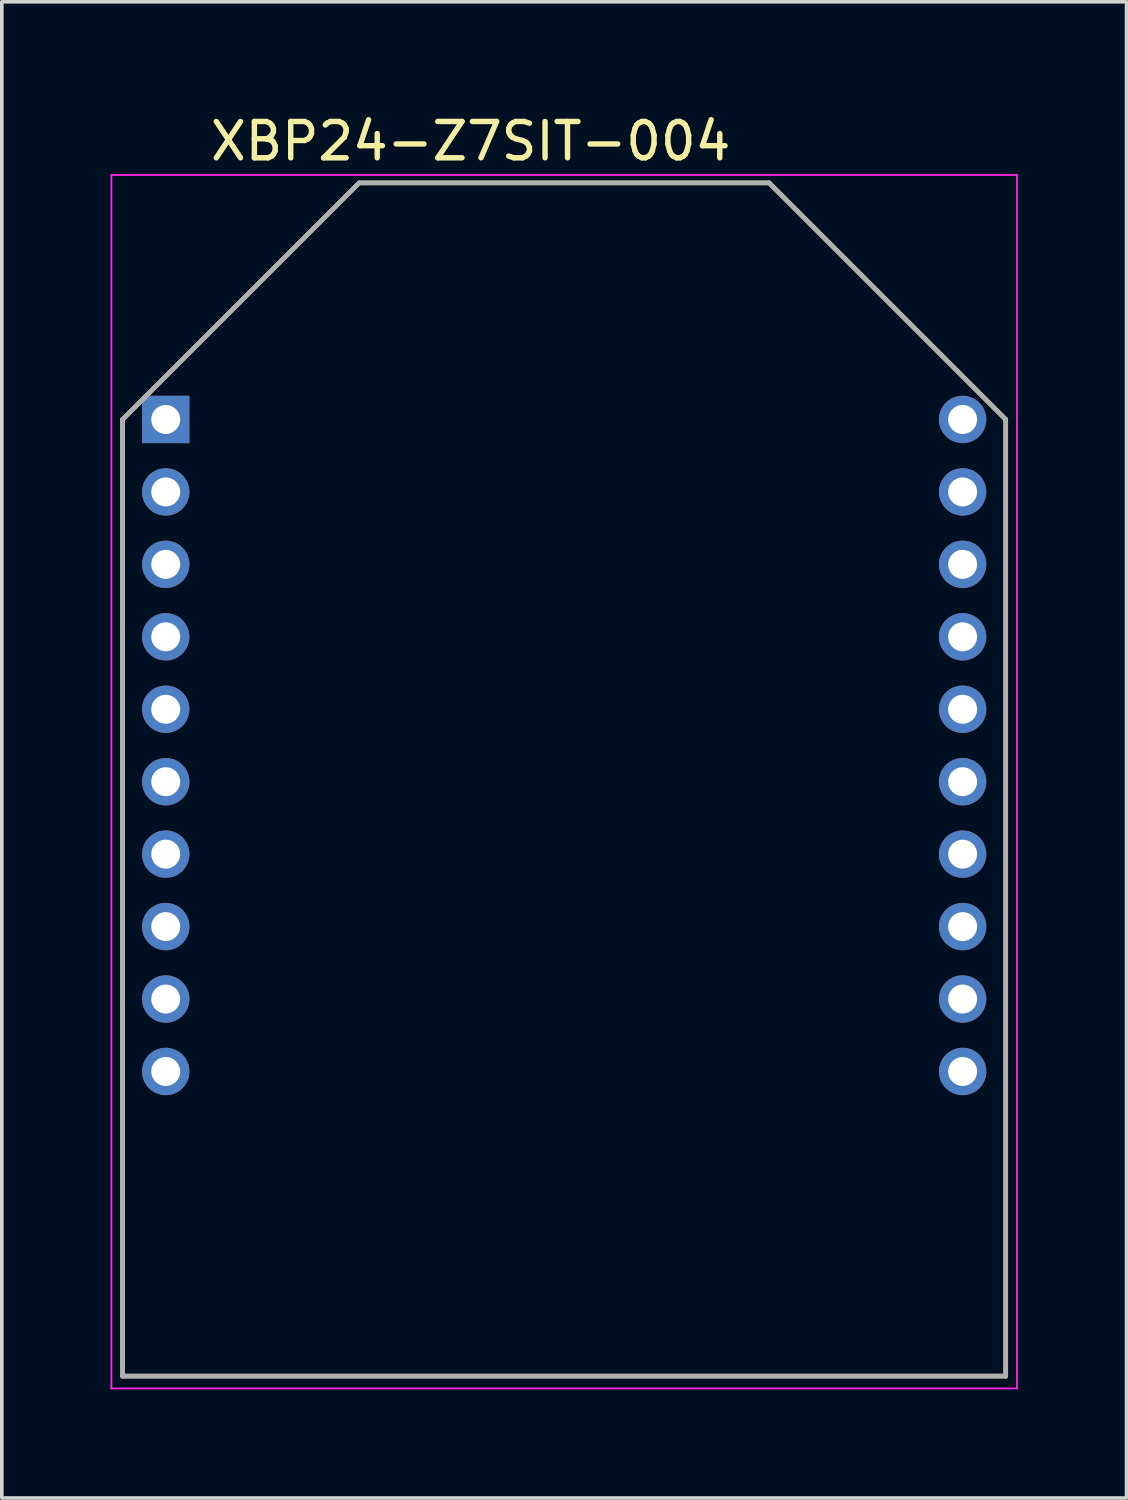
<source format=kicad_pcb>
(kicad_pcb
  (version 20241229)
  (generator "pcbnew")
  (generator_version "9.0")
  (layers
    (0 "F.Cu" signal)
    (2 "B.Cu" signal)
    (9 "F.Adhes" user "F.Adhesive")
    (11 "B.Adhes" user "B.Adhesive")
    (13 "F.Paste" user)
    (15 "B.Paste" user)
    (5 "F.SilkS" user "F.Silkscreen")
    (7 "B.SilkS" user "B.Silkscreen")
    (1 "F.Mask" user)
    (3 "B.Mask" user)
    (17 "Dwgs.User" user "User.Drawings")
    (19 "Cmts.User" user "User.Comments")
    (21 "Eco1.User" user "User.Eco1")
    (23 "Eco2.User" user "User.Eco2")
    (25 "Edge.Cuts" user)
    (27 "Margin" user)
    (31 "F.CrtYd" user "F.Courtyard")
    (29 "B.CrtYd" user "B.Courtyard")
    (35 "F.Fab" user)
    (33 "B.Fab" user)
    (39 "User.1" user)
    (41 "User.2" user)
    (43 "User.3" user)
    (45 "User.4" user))
  (footprint "XBP24-Z7SIT-004"
    (layer "F.Cu")
    (at 12.525 18.47)
    (property "Reference" "XBP24-Z7SIT-004" (at -2.582 -17.62 0) (layer "F.SilkS") (effects (font (size 1.003 1.003) (thickness 0.15))))
    (attr through_hole)
    (fp_line (start -12.19 -9.94) (end -12.19 16.47) (stroke (width 0.127) (type solid)) (layer "F.SilkS"))
    (fp_line (start -12.19 16.47) (end 12.19 16.47) (stroke (width 0.127) (type solid)) (layer "F.SilkS"))
    (fp_line (start -5.66 -16.47) (end -12.19 -9.94) (stroke (width 0.127) (type solid)) (layer "F.SilkS"))
    (fp_line (start 5.66 -16.47) (end -5.66 -16.47) (stroke (width 0.127) (type solid)) (layer "F.SilkS"))
    (fp_line (start 12.19 -9.94) (end 5.66 -16.47) (stroke (width 0.127) (type solid)) (layer "F.SilkS"))
    (fp_line (start 12.19 16.47) (end 12.19 -9.94) (stroke (width 0.127) (type solid)) (layer "F.SilkS"))
    (fp_line (start -12.5 -16.69) (end -12.5 16.81) (stroke (width 0.05) (type solid)) (layer "F.CrtYd"))
    (fp_line (start -12.5 16.81) (end 12.5 16.81) (stroke (width 0.05) (type solid)) (layer "F.CrtYd"))
    (fp_line (start 12.5 -16.69) (end -12.5 -16.69) (stroke (width 0.05) (type solid)) (layer "F.CrtYd"))
    (fp_line (start 12.5 16.81) (end 12.5 -16.69) (stroke (width 0.05) (type solid)) (layer "F.CrtYd"))
    (fp_line (start -12.19 -9.94) (end -12.19 16.47) (stroke (width 0.127) (type solid)) (layer "F.Fab"))
    (fp_line (start -12.19 -9.94) (end -5.66 -16.47) (stroke (width 0.127) (type solid)) (layer "F.Fab"))
    (fp_line (start -12.19 16.47) (end 12.19 16.47) (stroke (width 0.127) (type solid)) (layer "F.Fab"))
    (fp_line (start 5.66 -16.47) (end -5.66 -16.47) (stroke (width 0.127) (type solid)) (layer "F.Fab"))
    (fp_line (start 12.19 -9.94) (end 5.66 -16.47) (stroke (width 0.127) (type solid)) (layer "F.Fab"))
    (fp_line (start 12.19 16.47) (end 12.19 -9.94) (stroke (width 0.127) (type solid)) (layer "F.Fab"))
    (pad "1" thru_hole rect (at -11 -9.94) (size 1.308 1.308) (drill 0.8) (layers "*.Cu" "*.Mask"))
    (pad "2" thru_hole circle (at -11 -7.94) (size 1.308 1.308) (drill 0.8) (layers "*.Cu" "*.Mask"))
    (pad "3" thru_hole circle (at -11 -5.94) (size 1.308 1.308) (drill 0.8) (layers "*.Cu" "*.Mask"))
    (pad "4" thru_hole circle (at -11 -3.94) (size 1.308 1.308) (drill 0.8) (layers "*.Cu" "*.Mask"))
    (pad "5" thru_hole circle (at -11 -1.94) (size 1.308 1.308) (drill 0.8) (layers "*.Cu" "*.Mask"))
    (pad "6" thru_hole circle (at -11 0.06) (size 1.308 1.308) (drill 0.8) (layers "*.Cu" "*.Mask"))
    (pad "7" thru_hole circle (at -11 2.06) (size 1.308 1.308) (drill 0.8) (layers "*.Cu" "*.Mask"))
    (pad "8" thru_hole circle (at -11 4.06) (size 1.308 1.308) (drill 0.8) (layers "*.Cu" "*.Mask"))
    (pad "9" thru_hole circle (at -11 6.06) (size 1.308 1.308) (drill 0.8) (layers "*.Cu" "*.Mask"))
    (pad "10" thru_hole circle (at -11 8.06) (size 1.308 1.308) (drill 0.8) (layers "*.Cu" "*.Mask"))
    (pad "11" thru_hole circle (at 11 8.06) (size 1.308 1.308) (drill 0.8) (layers "*.Cu" "*.Mask"))
    (pad "12" thru_hole circle (at 11 6.06) (size 1.308 1.308) (drill 0.8) (layers "*.Cu" "*.Mask"))
    (pad "13" thru_hole circle (at 11 4.06) (size 1.308 1.308) (drill 0.8) (layers "*.Cu" "*.Mask"))
    (pad "14" thru_hole circle (at 11 2.06) (size 1.308 1.308) (drill 0.8) (layers "*.Cu" "*.Mask"))
    (pad "15" thru_hole circle (at 11 0.06) (size 1.308 1.308) (drill 0.8) (layers "*.Cu" "*.Mask"))
    (pad "16" thru_hole circle (at 11 -1.94) (size 1.308 1.308) (drill 0.8) (layers "*.Cu" "*.Mask"))
    (pad "17" thru_hole circle (at 11 -3.94) (size 1.308 1.308) (drill 0.8) (layers "*.Cu" "*.Mask"))
    (pad "18" thru_hole circle (at 11 -5.94) (size 1.308 1.308) (drill 0.8) (layers "*.Cu" "*.Mask"))
    (pad "19" thru_hole circle (at 11 -7.94) (size 1.308 1.308) (drill 0.8) (layers "*.Cu" "*.Mask"))
    (pad "20" thru_hole circle (at 11 -9.94) (size 1.308 1.308) (drill 0.8) (layers "*.Cu" "*.Mask")))
  (gr_rect
    (start -3 -3)
    (end 28.05 38.305)
    (stroke (width 0.1) (type default))
    (fill no)
    (layer "Edge.Cuts")))
</source>
